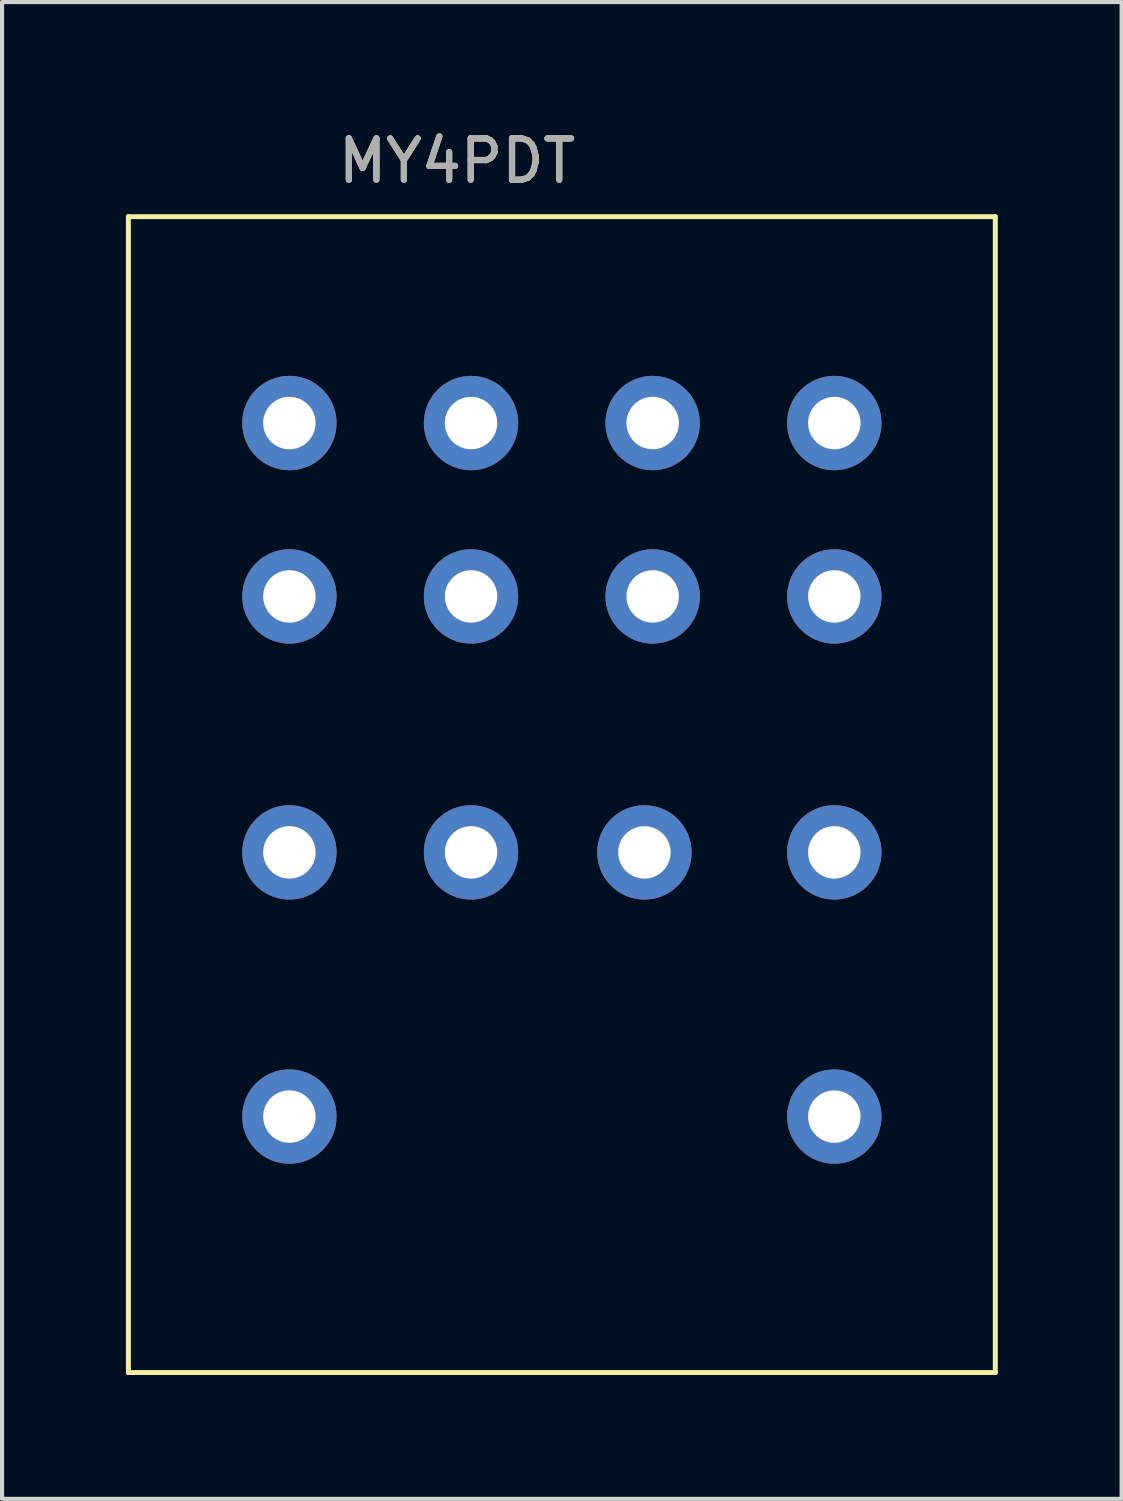
<source format=kicad_pcb>
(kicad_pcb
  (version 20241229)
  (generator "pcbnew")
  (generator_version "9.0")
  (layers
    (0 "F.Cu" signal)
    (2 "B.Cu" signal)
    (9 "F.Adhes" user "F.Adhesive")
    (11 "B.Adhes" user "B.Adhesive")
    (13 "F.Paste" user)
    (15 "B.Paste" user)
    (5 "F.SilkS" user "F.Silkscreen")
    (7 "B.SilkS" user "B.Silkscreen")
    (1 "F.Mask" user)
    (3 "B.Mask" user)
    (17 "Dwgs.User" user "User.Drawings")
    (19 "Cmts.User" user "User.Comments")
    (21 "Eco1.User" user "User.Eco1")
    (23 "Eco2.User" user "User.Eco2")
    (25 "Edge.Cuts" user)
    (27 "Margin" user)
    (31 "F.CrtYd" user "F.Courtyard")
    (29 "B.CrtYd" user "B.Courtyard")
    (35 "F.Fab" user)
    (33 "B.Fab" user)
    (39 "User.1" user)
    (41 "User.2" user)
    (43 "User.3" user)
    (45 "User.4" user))
  (footprint "MY4PDT"
    (layer "F.Cu")
    (at 10.56 7.198)
    (property "Reference" "MY4PDT" (at -2.54 -6.35 0) (unlocked yes) (layer "F.SilkS") (effects (font (size 1 1) (thickness 0.15))))
    (fp_line (start -10.5 -5) (end 10.5 -5) (stroke (width 0.12) (type solid)) (layer "F.SilkS"))
    (fp_line (start -10.5 23) (end -10.5 -5) (stroke (width 0.12) (type solid)) (layer "F.SilkS"))
    (fp_line (start 10.5 -5) (end 10.5 23) (stroke (width 0.12) (type solid)) (layer "F.SilkS"))
    (fp_line (start 10.5 23) (end -10.5 23) (stroke (width 0.12) (type solid)) (layer "F.SilkS"))
    (fp_text user "${REFERENCE}" (at -2.54 -6.35 0) (unlocked yes) (layer "F.Fab") (effects (font (size 1 1) (thickness 0.15))))
    (pad "1" thru_hole circle (at 6.6 0) (size 2.286 2.286) (drill 1.27) (layers "*.Cu" "*.Mask"))
    (pad "2" thru_hole circle (at 2.2 0) (size 2.286 2.286) (drill 1.27) (layers "*.Cu" "*.Mask"))
    (pad "3" thru_hole circle (at -2.2 0) (size 2.286 2.286) (drill 1.27) (layers "*.Cu" "*.Mask"))
    (pad "4" thru_hole circle (at -6.6 0) (size 2.286 2.286) (drill 1.27) (layers "*.Cu" "*.Mask"))
    (pad "5" thru_hole circle (at 6.6 4.2) (size 2.286 2.286) (drill 1.27) (layers "*.Cu" "*.Mask"))
    (pad "6" thru_hole circle (at 2.2 4.2) (size 2.286 2.286) (drill 1.27) (layers "*.Cu" "*.Mask"))
    (pad "7" thru_hole circle (at -2.2 4.2) (size 2.286 2.286) (drill 1.27) (layers "*.Cu" "*.Mask"))
    (pad "8" thru_hole circle (at -6.6 4.2) (size 2.286 2.286) (drill 1.27) (layers "*.Cu" "*.Mask"))
    (pad "9" thru_hole circle (at 6.6 10.4) (size 2.286 2.286) (drill 1.27) (layers "*.Cu" "*.Mask"))
    (pad "10" thru_hole circle (at 2 10.4) (size 2.286 2.286) (drill 1.27) (layers "*.Cu" "*.Mask"))
    (pad "11" thru_hole circle (at -2.2 10.4) (size 2.286 2.286) (drill 1.27) (layers "*.Cu" "*.Mask"))
    (pad "12" thru_hole circle (at -6.6 10.4) (size 2.286 2.286) (drill 1.27) (layers "*.Cu" "*.Mask"))
    (pad "13" thru_hole circle (at 6.6 16.8) (size 2.286 2.286) (drill 1.27) (layers "*.Cu" "*.Mask"))
    (pad "14" thru_hole circle (at -6.6 16.8) (size 2.286 2.286) (drill 1.27) (layers "*.Cu" "*.Mask")))
  (gr_rect
    (start -3 -3)
    (end 24.12 33.258)
    (stroke (width 0.1) (type default))
    (fill no)
    (layer "Edge.Cuts")))
</source>
